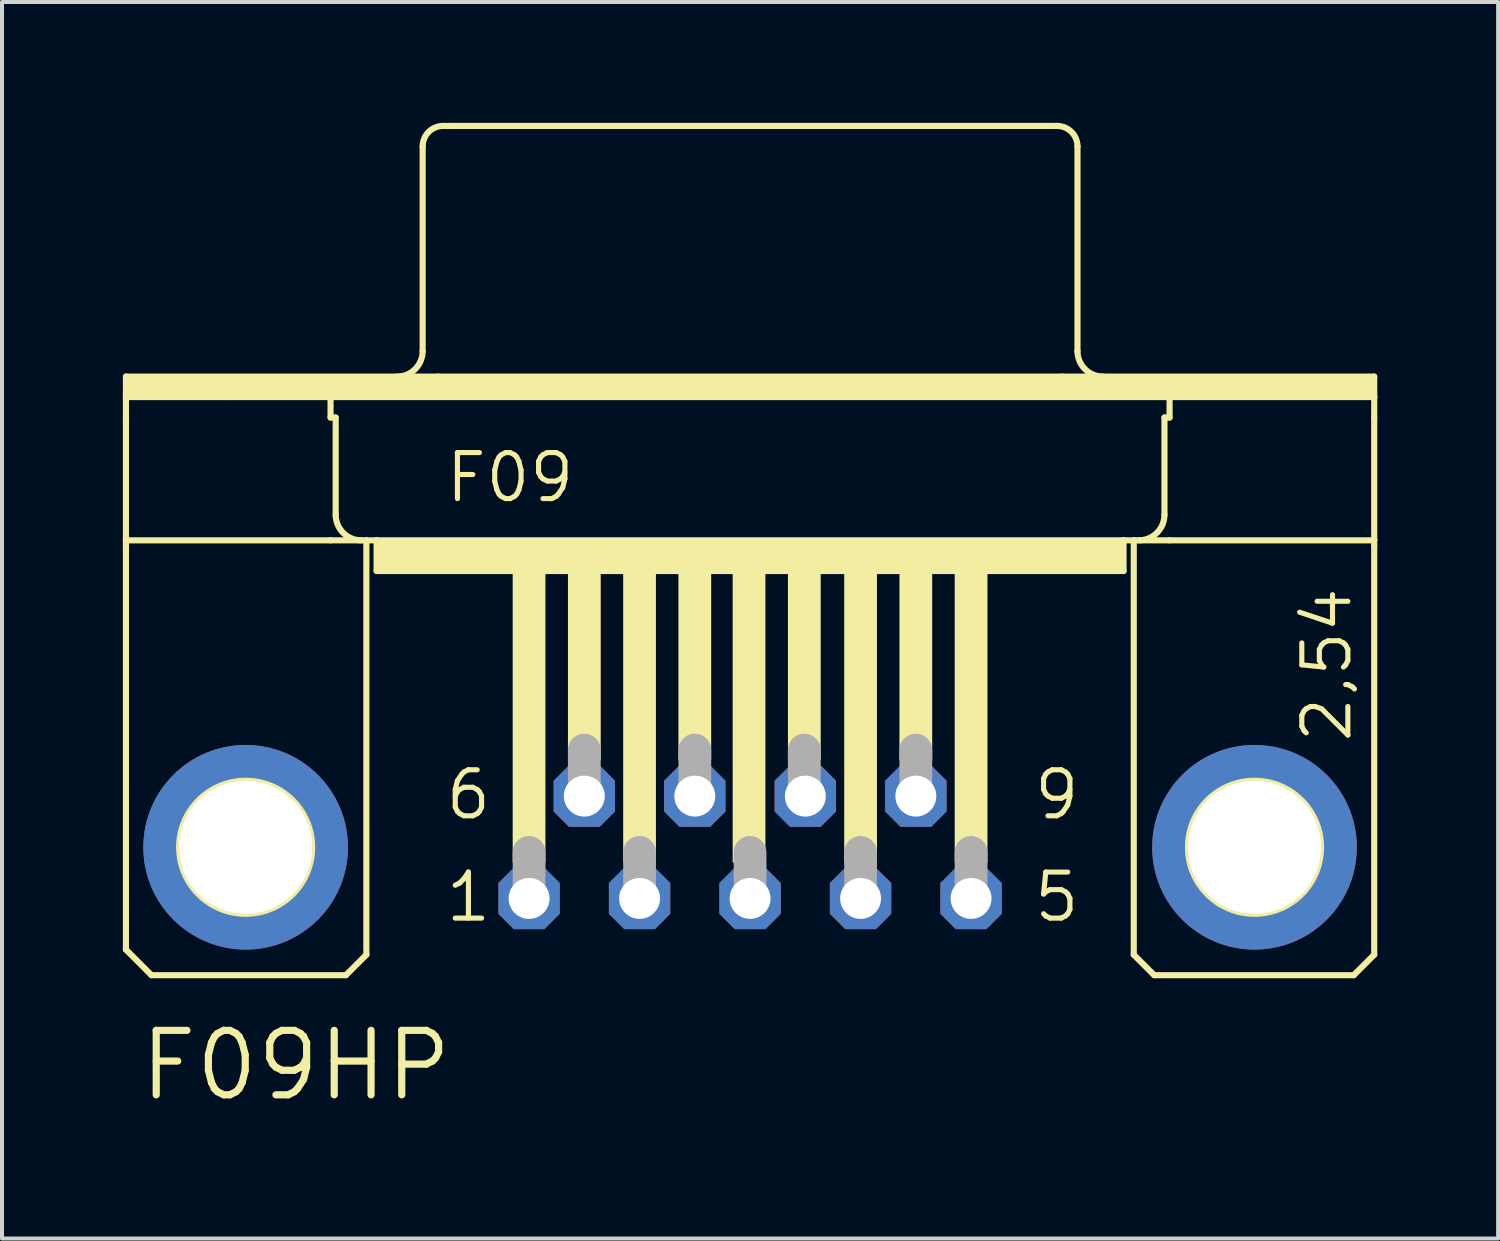
<source format=kicad_pcb>
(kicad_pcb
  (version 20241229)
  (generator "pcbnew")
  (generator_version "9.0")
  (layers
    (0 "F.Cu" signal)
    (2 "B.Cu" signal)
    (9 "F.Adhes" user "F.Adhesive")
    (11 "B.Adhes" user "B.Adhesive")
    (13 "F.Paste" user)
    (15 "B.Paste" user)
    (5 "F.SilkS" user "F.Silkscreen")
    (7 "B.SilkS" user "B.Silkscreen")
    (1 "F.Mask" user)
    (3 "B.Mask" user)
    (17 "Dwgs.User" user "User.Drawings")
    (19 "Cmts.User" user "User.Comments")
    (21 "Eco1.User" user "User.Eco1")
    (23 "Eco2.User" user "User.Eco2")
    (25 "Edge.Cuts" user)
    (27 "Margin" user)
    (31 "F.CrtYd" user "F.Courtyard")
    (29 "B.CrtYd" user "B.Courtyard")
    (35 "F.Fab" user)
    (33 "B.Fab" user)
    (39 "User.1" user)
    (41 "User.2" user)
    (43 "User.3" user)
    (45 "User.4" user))
  (footprint "F09HP"
    (layer "F.Cu")
    (at 15.57 17.983)
    (property "Reference" "F09HP" (at -15.24 6.35 0) (layer "F.SilkS") (effects (font (size 1.6 1.6) (thickness 0.178)) (justify left bottom)))
    (fp_line (start -15.494 -11.684) (end -7.747 -11.684) (stroke (width 0.152) (type solid)) (layer "F.SilkS"))
    (fp_line (start -15.494 -11.176) (end -15.494 -11.684) (stroke (width 0.152) (type solid)) (layer "F.SilkS"))
    (fp_line (start -15.494 -11.176) (end -12.954 -11.176) (stroke (width 0.152) (type solid)) (layer "F.SilkS"))
    (fp_line (start -15.494 -10.668) (end -15.494 -11.176) (stroke (width 0.152) (type solid)) (layer "F.SilkS"))
    (fp_line (start -15.494 -7.62) (end -15.494 -10.668) (stroke (width 0.152) (type solid)) (layer "F.SilkS"))
    (fp_line (start -15.494 -7.62) (end -15.494 -7.493) (stroke (width 0.152) (type solid)) (layer "F.SilkS"))
    (fp_line (start -15.494 -7.62) (end -10.414 -7.62) (stroke (width 0.152) (type solid)) (layer "F.SilkS"))
    (fp_line (start -15.494 2.54) (end -15.494 -7.493) (stroke (width 0.152) (type solid)) (layer "F.SilkS"))
    (fp_line (start -14.859 3.175) (end -15.494 2.54) (stroke (width 0.152) (type solid)) (layer "F.SilkS"))
    (fp_line (start -12.954 -11.176) (end -10.414 -11.176) (stroke (width 0.152) (type solid)) (layer "F.SilkS"))
    (fp_line (start -10.414 -11.176) (end 10.414 -11.176) (stroke (width 0.152) (type solid)) (layer "F.SilkS"))
    (fp_line (start -10.414 -10.668) (end -10.414 -11.176) (stroke (width 0.152) (type solid)) (layer "F.SilkS"))
    (fp_line (start -10.414 -10.668) (end -10.287 -10.668) (stroke (width 0.152) (type solid)) (layer "F.SilkS"))
    (fp_line (start -10.414 -7.62) (end -9.525 -7.62) (stroke (width 0.152) (type solid)) (layer "F.SilkS"))
    (fp_line (start -10.287 -8.255) (end -10.287 -10.668) (stroke (width 0.152) (type solid)) (layer "F.SilkS"))
    (fp_line (start -10.033 3.175) (end -14.859 3.175) (stroke (width 0.152) (type solid)) (layer "F.SilkS"))
    (fp_line (start -10.033 3.175) (end -9.525 2.667) (stroke (width 0.152) (type solid)) (layer "F.SilkS"))
    (fp_line (start -9.525 -7.62) (end -9.271 -7.62) (stroke (width 0.152) (type solid)) (layer "F.SilkS"))
    (fp_line (start -9.525 2.667) (end -9.525 -7.62) (stroke (width 0.152) (type solid)) (layer "F.SilkS"))
    (fp_line (start -9.271 -7.62) (end -9.271 -6.858) (stroke (width 0.152) (type solid)) (layer "F.SilkS"))
    (fp_line (start -9.271 -7.62) (end 9.271 -7.62) (stroke (width 0.152) (type solid)) (layer "F.SilkS"))
    (fp_line (start -9.271 -6.858) (end 9.271 -6.858) (stroke (width 0.152) (type solid)) (layer "F.SilkS"))
    (fp_line (start -8.128 -12.319) (end -8.128 -17.399) (stroke (width 0.152) (type solid)) (layer "F.SilkS"))
    (fp_line (start -7.747 -11.684) (end 7.747 -11.684) (stroke (width 0.152) (type solid)) (layer "F.SilkS"))
    (fp_line (start -7.62 -17.907) (end -7.366 -17.907) (stroke (width 0.152) (type solid)) (layer "F.SilkS"))
    (fp_line (start -7.366 -17.907) (end 7.366 -17.907) (stroke (width 0.152) (type solid)) (layer "F.SilkS"))
    (fp_line (start 7.366 -17.907) (end 7.62 -17.907) (stroke (width 0.152) (type solid)) (layer "F.SilkS"))
    (fp_line (start 7.747 -11.684) (end 15.494 -11.684) (stroke (width 0.152) (type solid)) (layer "F.SilkS"))
    (fp_line (start 8.128 -12.319) (end 8.128 -17.399) (stroke (width 0.152) (type solid)) (layer "F.SilkS"))
    (fp_line (start 9.271 -7.62) (end 9.271 -6.858) (stroke (width 0.152) (type solid)) (layer "F.SilkS"))
    (fp_line (start 9.271 -7.62) (end 9.525 -7.62) (stroke (width 0.152) (type solid)) (layer "F.SilkS"))
    (fp_line (start 9.525 -7.62) (end 10.414 -7.62) (stroke (width 0.152) (type solid)) (layer "F.SilkS"))
    (fp_line (start 9.525 2.667) (end 9.525 -7.62) (stroke (width 0.152) (type solid)) (layer "F.SilkS"))
    (fp_line (start 9.525 2.667) (end 10.033 3.175) (stroke (width 0.152) (type solid)) (layer "F.SilkS"))
    (fp_line (start 10.033 3.175) (end 14.986 3.175) (stroke (width 0.152) (type solid)) (layer "F.SilkS"))
    (fp_line (start 10.287 -10.668) (end 10.414 -10.668) (stroke (width 0.152) (type solid)) (layer "F.SilkS"))
    (fp_line (start 10.287 -8.255) (end 10.287 -10.668) (stroke (width 0.152) (type solid)) (layer "F.SilkS"))
    (fp_line (start 10.414 -11.176) (end 12.954 -11.176) (stroke (width 0.152) (type solid)) (layer "F.SilkS"))
    (fp_line (start 10.414 -10.668) (end 10.414 -11.176) (stroke (width 0.152) (type solid)) (layer "F.SilkS"))
    (fp_line (start 10.414 -7.62) (end 15.494 -7.62) (stroke (width 0.152) (type solid)) (layer "F.SilkS"))
    (fp_line (start 12.954 -11.176) (end 15.494 -11.176) (stroke (width 0.152) (type solid)) (layer "F.SilkS"))
    (fp_line (start 14.986 3.175) (end 15.494 2.667) (stroke (width 0.152) (type solid)) (layer "F.SilkS"))
    (fp_line (start 15.494 -11.684) (end 15.494 -11.176) (stroke (width 0.152) (type solid)) (layer "F.SilkS"))
    (fp_line (start 15.494 -11.176) (end 15.494 -10.668) (stroke (width 0.152) (type solid)) (layer "F.SilkS"))
    (fp_line (start 15.494 -10.668) (end 15.494 -7.62) (stroke (width 0.152) (type solid)) (layer "F.SilkS"))
    (fp_line (start 15.494 -7.62) (end 15.494 -7.493) (stroke (width 0.152) (type solid)) (layer "F.SilkS"))
    (fp_line (start 15.494 2.667) (end 15.494 -7.493) (stroke (width 0.152) (type solid)) (layer "F.SilkS"))
    (fp_arc (start -9.652 -7.62) (mid -10.101013 -7.805987) (end -10.287 -8.255) (stroke (width 0.1524) (type solid)) (layer "F.SilkS"))
    (fp_arc (start -8.128 -17.399) (mid -7.97921 -17.75821) (end -7.62 -17.907) (stroke (width 0.1524) (type solid)) (layer "F.SilkS"))
    (fp_arc (start -8.128 -12.319) (mid -8.313987 -11.869987) (end -8.763 -11.684) (stroke (width 0.1524) (type solid)) (layer "F.SilkS"))
    (fp_arc (start 7.62 -17.907) (mid 7.97921 -17.75821) (end 8.128 -17.399) (stroke (width 0.1524) (type solid)) (layer "F.SilkS"))
    (fp_arc (start 8.763 -11.684) (mid 8.313987 -11.869987) (end 8.128 -12.319) (stroke (width 0.1524) (type solid)) (layer "F.SilkS"))
    (fp_arc (start 10.287 -8.255) (mid 10.101013 -7.805987) (end 9.652 -7.62) (stroke (width 0.1524) (type solid)) (layer "F.SilkS"))
    (fp_circle (center -12.522 0) (end -10.871 0) (stroke (width 0.152) (type solid)) (fill no) (layer "F.SilkS"))
    (fp_circle (center 12.522 0) (end 14.173 0) (stroke (width 0.152) (type solid)) (fill no) (layer "F.SilkS"))
    (fp_poly (pts (xy -15.494 -11.176) (xy 15.494 -11.176) (xy 15.494 -11.684) (xy -15.494 -11.684)) (stroke (width 0) (type solid)) (fill yes) (layer "F.SilkS"))
    (fp_poly (pts (xy -9.271 -6.858) (xy 9.271 -6.858) (xy 9.271 -7.62) (xy -9.271 -7.62)) (stroke (width 0) (type solid)) (fill yes) (layer "F.SilkS"))
    (fp_poly (pts (xy -5.893 0.381) (xy -5.08 0.381) (xy -5.08 -6.858) (xy -5.893 -6.858)) (stroke (width 0) (type solid)) (fill yes) (layer "F.SilkS"))
    (fp_poly (pts (xy -4.521 -2.159) (xy -3.708 -2.159) (xy -3.708 -6.858) (xy -4.521 -6.858)) (stroke (width 0) (type solid)) (fill yes) (layer "F.SilkS"))
    (fp_poly (pts (xy -3.15 0.381) (xy -2.337 0.381) (xy -2.337 -6.858) (xy -3.15 -6.858)) (stroke (width 0) (type solid)) (fill yes) (layer "F.SilkS"))
    (fp_poly (pts (xy -1.778 -2.159) (xy -0.965 -2.159) (xy -0.965 -6.858) (xy -1.778 -6.858)) (stroke (width 0) (type solid)) (fill yes) (layer "F.SilkS"))
    (fp_poly (pts (xy -0.432 0.381) (xy 0.381 0.381) (xy 0.381 -6.858) (xy -0.432 -6.858)) (stroke (width 0) (type solid)) (fill yes) (layer "F.SilkS"))
    (fp_poly (pts (xy 0.94 -2.159) (xy 1.753 -2.159) (xy 1.753 -6.858) (xy 0.94 -6.858)) (stroke (width 0) (type solid)) (fill yes) (layer "F.SilkS"))
    (fp_poly (pts (xy 2.337 0.381) (xy 3.15 0.381) (xy 3.15 -6.858) (xy 2.337 -6.858)) (stroke (width 0) (type solid)) (fill yes) (layer "F.SilkS"))
    (fp_poly (pts (xy 3.708 -2.159) (xy 4.521 -2.159) (xy 4.521 -6.858) (xy 3.708 -6.858)) (stroke (width 0) (type solid)) (fill yes) (layer "F.SilkS"))
    (fp_poly (pts (xy 5.08 0.381) (xy 5.893 0.381) (xy 5.893 -6.858) (xy 5.08 -6.858)) (stroke (width 0) (type solid)) (fill yes) (layer "F.SilkS"))
    (fp_line (start -5.486 1.143) (end -5.486 0.127) (stroke (width 0.813) (type solid)) (layer "F.Fab"))
    (fp_line (start -4.115 -1.397) (end -4.115 -2.413) (stroke (width 0.813) (type solid)) (layer "F.Fab"))
    (fp_line (start -2.743 1.143) (end -2.743 0.127) (stroke (width 0.813) (type solid)) (layer "F.Fab"))
    (fp_line (start -1.372 -1.397) (end -1.372 -2.413) (stroke (width 0.813) (type solid)) (layer "F.Fab"))
    (fp_line (start 0 1.143) (end 0 0.127) (stroke (width 0.813) (type solid)) (layer "F.Fab"))
    (fp_line (start 1.346 -1.397) (end 1.346 -2.413) (stroke (width 0.813) (type solid)) (layer "F.Fab"))
    (fp_line (start 2.743 1.143) (end 2.743 0.127) (stroke (width 0.813) (type solid)) (layer "F.Fab"))
    (fp_line (start 4.115 -1.397) (end 4.115 -2.413) (stroke (width 0.813) (type solid)) (layer "F.Fab"))
    (fp_line (start 5.486 1.143) (end 5.486 0.127) (stroke (width 0.813) (type solid)) (layer "F.Fab"))
    (fp_text user "5" (at 6.985 1.905 0) (layer "F.SilkS") (effects (font (size 1.143 1.143) (thickness 0.127)) (justify left bottom)))
    (fp_text user "6" (at -7.62 -0.635 0) (layer "F.SilkS") (effects (font (size 1.143 1.143) (thickness 0.127)) (justify left bottom)))
    (fp_text user "1" (at -7.62 1.905 0) (layer "F.SilkS") (effects (font (size 1.143 1.143) (thickness 0.127)) (justify left bottom)))
    (fp_text user "2,54" (at 14.986 -2.54 90) (layer "F.SilkS") (effects (font (size 1.143 1.143) (thickness 0.127)) (justify left bottom)))
    (fp_text user "F09" (at -7.62 -8.509 0) (layer "F.SilkS") (effects (font (size 1.143 1.143) (thickness 0.127)) (justify left bottom)))
    (fp_text user "9" (at 6.985 -0.635 0) (layer "F.SilkS") (effects (font (size 1.143 1.143) (thickness 0.127)) (justify left bottom)))
    (pad "1" thru_hole roundrect (at -5.486 1.27) (size 1.524 1.524) (drill 1.016) (layers "*.Cu" "*.Mask") (roundrect_rratio 0.25) (chamfer_ratio 0.25) (chamfer top_left top_right bottom_left bottom_right))
    (pad "2" thru_hole roundrect (at -2.743 1.27) (size 1.524 1.524) (drill 1.016) (layers "*.Cu" "*.Mask") (roundrect_rratio 0.25) (chamfer_ratio 0.25) (chamfer top_left top_right bottom_left bottom_right))
    (pad "3" thru_hole roundrect (at 0 1.27) (size 1.524 1.524) (drill 1.016) (layers "*.Cu" "*.Mask") (roundrect_rratio 0.25) (chamfer_ratio 0.25) (chamfer top_left top_right bottom_left bottom_right))
    (pad "4" thru_hole roundrect (at 2.743 1.27) (size 1.524 1.524) (drill 1.016) (layers "*.Cu" "*.Mask") (roundrect_rratio 0.25) (chamfer_ratio 0.25) (chamfer top_left top_right bottom_left bottom_right))
    (pad "5" thru_hole roundrect (at 5.486 1.27) (size 1.524 1.524) (drill 1.016) (layers "*.Cu" "*.Mask") (roundrect_rratio 0.25) (chamfer_ratio 0.25) (chamfer top_left top_right bottom_left bottom_right))
    (pad "6" thru_hole roundrect (at -4.115 -1.27) (size 1.524 1.524) (drill 1.016) (layers "*.Cu" "*.Mask") (roundrect_rratio 0.25) (chamfer_ratio 0.25) (chamfer top_left top_right bottom_left bottom_right))
    (pad "7" thru_hole roundrect (at -1.372 -1.27) (size 1.524 1.524) (drill 1.016) (layers "*.Cu" "*.Mask") (roundrect_rratio 0.25) (chamfer_ratio 0.25) (chamfer top_left top_right bottom_left bottom_right))
    (pad "8" thru_hole roundrect (at 1.372 -1.27) (size 1.524 1.524) (drill 1.016) (layers "*.Cu" "*.Mask") (roundrect_rratio 0.25) (chamfer_ratio 0.25) (chamfer top_left top_right bottom_left bottom_right))
    (pad "9" thru_hole roundrect (at 4.115 -1.27) (size 1.524 1.524) (drill 1.016) (layers "*.Cu" "*.Mask") (roundrect_rratio 0.25) (chamfer_ratio 0.25) (chamfer top_left top_right bottom_left bottom_right))
    (pad "G1" thru_hole circle (at -12.522 0) (size 5.08 5.08) (drill 3.302) (layers "*.Cu" "*.Mask"))
    (pad "G2" thru_hole circle (at 12.522 0) (size 5.08 5.08) (drill 3.302) (layers "*.Cu" "*.Mask")))
  (gr_rect
    (start -3 -3)
    (end 34.14 27.696)
    (stroke (width 0.1) (type default))
    (fill no)
    (layer "Edge.Cuts")))
</source>
